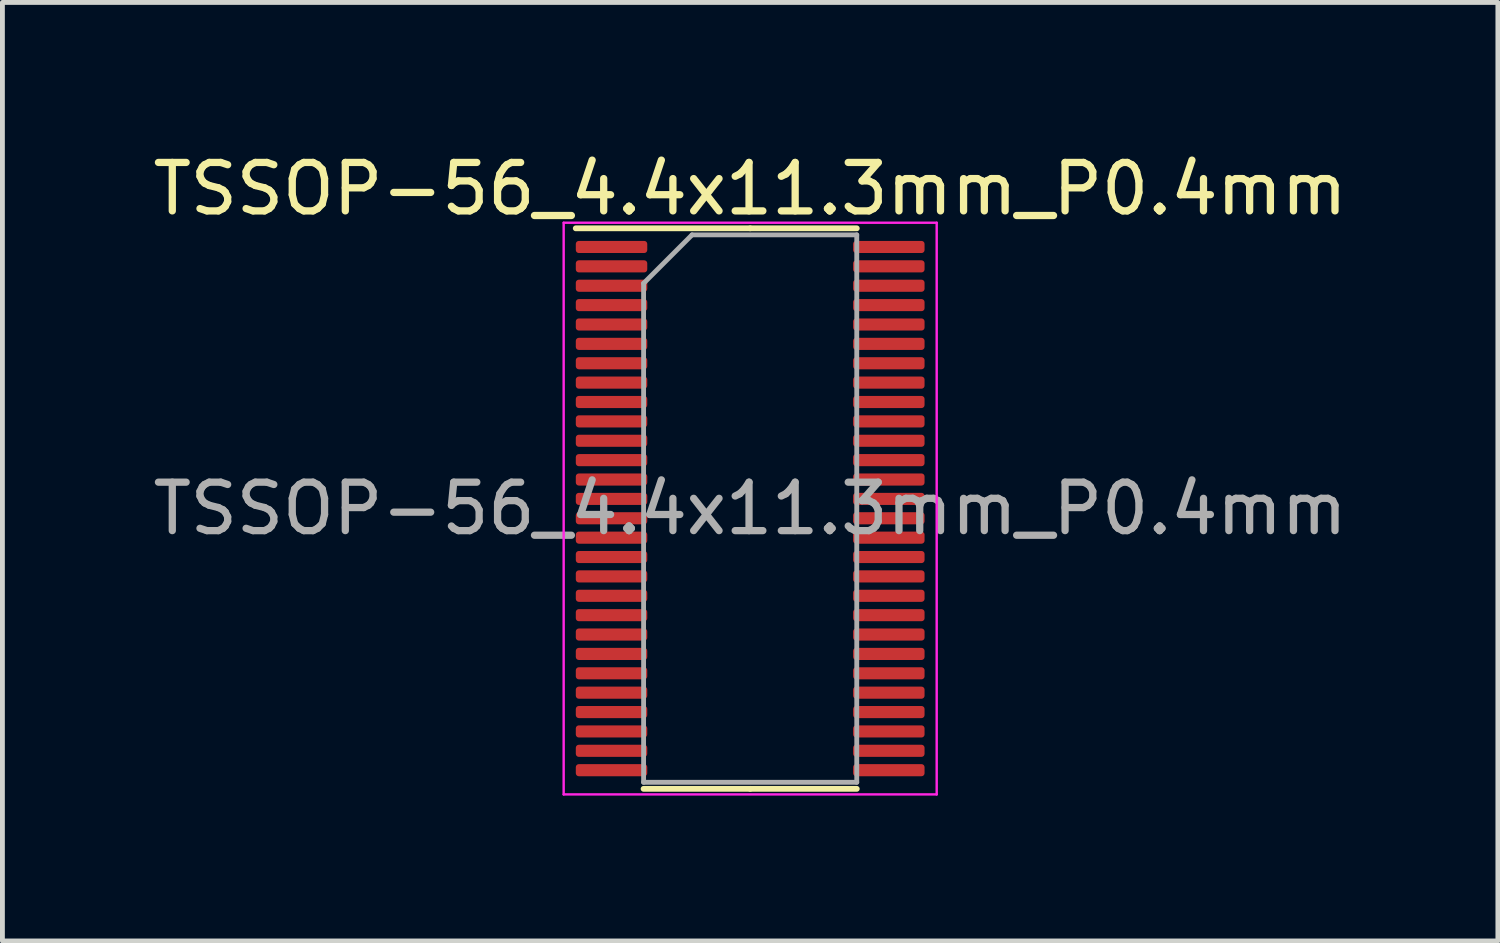
<source format=kicad_pcb>
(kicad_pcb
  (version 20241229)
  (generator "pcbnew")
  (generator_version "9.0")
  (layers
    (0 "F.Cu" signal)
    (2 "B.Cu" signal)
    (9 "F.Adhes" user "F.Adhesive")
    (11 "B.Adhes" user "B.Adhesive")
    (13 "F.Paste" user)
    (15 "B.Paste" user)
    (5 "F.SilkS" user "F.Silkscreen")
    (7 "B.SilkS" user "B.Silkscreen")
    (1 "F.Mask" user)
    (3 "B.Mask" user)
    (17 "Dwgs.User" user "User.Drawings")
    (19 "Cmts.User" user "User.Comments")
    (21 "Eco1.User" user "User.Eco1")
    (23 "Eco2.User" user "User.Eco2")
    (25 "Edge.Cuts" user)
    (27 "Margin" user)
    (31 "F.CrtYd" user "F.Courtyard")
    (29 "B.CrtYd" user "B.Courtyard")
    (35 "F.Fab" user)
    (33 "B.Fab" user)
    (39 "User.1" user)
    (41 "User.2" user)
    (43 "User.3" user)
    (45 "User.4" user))
  (footprint "TSSOP-56_4.4x11.3mm_P0.4mm"
    (layer "F.Cu")
    (at 12.435 7.448)
    (property "Reference" "TSSOP-56_4.4x11.3mm_P0.4mm" (at 0 -6.6 0) (layer "F.SilkS") (effects (font (size 1 1) (thickness 0.15))))
    (attr smd)
    (fp_line (start 0 -5.785) (end -3.6 -5.785) (stroke (width 0.12) (type solid)) (layer "F.SilkS"))
    (fp_line (start 0 -5.785) (end 2.2 -5.785) (stroke (width 0.12) (type solid)) (layer "F.SilkS"))
    (fp_line (start 0 5.785) (end -2.2 5.785) (stroke (width 0.12) (type solid)) (layer "F.SilkS"))
    (fp_line (start 0 5.785) (end 2.2 5.785) (stroke (width 0.12) (type solid)) (layer "F.SilkS"))
    (fp_line (start -3.85 -5.9) (end -3.85 5.9) (stroke (width 0.05) (type solid)) (layer "F.CrtYd"))
    (fp_line (start -3.85 5.9) (end 3.85 5.9) (stroke (width 0.05) (type solid)) (layer "F.CrtYd"))
    (fp_line (start 3.85 -5.9) (end -3.85 -5.9) (stroke (width 0.05) (type solid)) (layer "F.CrtYd"))
    (fp_line (start 3.85 5.9) (end 3.85 -5.9) (stroke (width 0.05) (type solid)) (layer "F.CrtYd"))
    (fp_line (start -2.2 -4.65) (end -1.2 -5.65) (stroke (width 0.1) (type solid)) (layer "F.Fab"))
    (fp_line (start -2.2 5.65) (end -2.2 -4.65) (stroke (width 0.1) (type solid)) (layer "F.Fab"))
    (fp_line (start -1.2 -5.65) (end 2.2 -5.65) (stroke (width 0.1) (type solid)) (layer "F.Fab"))
    (fp_line (start 2.2 -5.65) (end 2.2 5.65) (stroke (width 0.1) (type solid)) (layer "F.Fab"))
    (fp_line (start 2.2 5.65) (end -2.2 5.65) (stroke (width 0.1) (type solid)) (layer "F.Fab"))
    (fp_text user "${REFERENCE}" (at 0 0 0) (layer "F.Fab") (effects (font (size 1 1) (thickness 0.15))))
    (pad "1" smd roundrect (at -2.862 -5.4) (size 1.475 0.25) (layers "F.Cu" "F.Mask" "F.Paste") (roundrect_rratio 0.25))
    (pad "2" smd roundrect (at -2.862 -5) (size 1.475 0.25) (layers "F.Cu" "F.Mask" "F.Paste") (roundrect_rratio 0.25))
    (pad "3" smd roundrect (at -2.862 -4.6) (size 1.475 0.25) (layers "F.Cu" "F.Mask" "F.Paste") (roundrect_rratio 0.25))
    (pad "4" smd roundrect (at -2.862 -4.2) (size 1.475 0.25) (layers "F.Cu" "F.Mask" "F.Paste") (roundrect_rratio 0.25))
    (pad "5" smd roundrect (at -2.862 -3.8) (size 1.475 0.25) (layers "F.Cu" "F.Mask" "F.Paste") (roundrect_rratio 0.25))
    (pad "6" smd roundrect (at -2.862 -3.4) (size 1.475 0.25) (layers "F.Cu" "F.Mask" "F.Paste") (roundrect_rratio 0.25))
    (pad "7" smd roundrect (at -2.862 -3) (size 1.475 0.25) (layers "F.Cu" "F.Mask" "F.Paste") (roundrect_rratio 0.25))
    (pad "8" smd roundrect (at -2.862 -2.6) (size 1.475 0.25) (layers "F.Cu" "F.Mask" "F.Paste") (roundrect_rratio 0.25))
    (pad "9" smd roundrect (at -2.862 -2.2) (size 1.475 0.25) (layers "F.Cu" "F.Mask" "F.Paste") (roundrect_rratio 0.25))
    (pad "10" smd roundrect (at -2.862 -1.8) (size 1.475 0.25) (layers "F.Cu" "F.Mask" "F.Paste") (roundrect_rratio 0.25))
    (pad "11" smd roundrect (at -2.862 -1.4) (size 1.475 0.25) (layers "F.Cu" "F.Mask" "F.Paste") (roundrect_rratio 0.25))
    (pad "12" smd roundrect (at -2.862 -1) (size 1.475 0.25) (layers "F.Cu" "F.Mask" "F.Paste") (roundrect_rratio 0.25))
    (pad "13" smd roundrect (at -2.862 -0.6) (size 1.475 0.25) (layers "F.Cu" "F.Mask" "F.Paste") (roundrect_rratio 0.25))
    (pad "14" smd roundrect (at -2.862 -0.2) (size 1.475 0.25) (layers "F.Cu" "F.Mask" "F.Paste") (roundrect_rratio 0.25))
    (pad "15" smd roundrect (at -2.862 0.2) (size 1.475 0.25) (layers "F.Cu" "F.Mask" "F.Paste") (roundrect_rratio 0.25))
    (pad "16" smd roundrect (at -2.862 0.6) (size 1.475 0.25) (layers "F.Cu" "F.Mask" "F.Paste") (roundrect_rratio 0.25))
    (pad "17" smd roundrect (at -2.862 1) (size 1.475 0.25) (layers "F.Cu" "F.Mask" "F.Paste") (roundrect_rratio 0.25))
    (pad "18" smd roundrect (at -2.862 1.4) (size 1.475 0.25) (layers "F.Cu" "F.Mask" "F.Paste") (roundrect_rratio 0.25))
    (pad "19" smd roundrect (at -2.862 1.8) (size 1.475 0.25) (layers "F.Cu" "F.Mask" "F.Paste") (roundrect_rratio 0.25))
    (pad "20" smd roundrect (at -2.862 2.2) (size 1.475 0.25) (layers "F.Cu" "F.Mask" "F.Paste") (roundrect_rratio 0.25))
    (pad "21" smd roundrect (at -2.862 2.6) (size 1.475 0.25) (layers "F.Cu" "F.Mask" "F.Paste") (roundrect_rratio 0.25))
    (pad "22" smd roundrect (at -2.862 3) (size 1.475 0.25) (layers "F.Cu" "F.Mask" "F.Paste") (roundrect_rratio 0.25))
    (pad "23" smd roundrect (at -2.862 3.4) (size 1.475 0.25) (layers "F.Cu" "F.Mask" "F.Paste") (roundrect_rratio 0.25))
    (pad "24" smd roundrect (at -2.862 3.8) (size 1.475 0.25) (layers "F.Cu" "F.Mask" "F.Paste") (roundrect_rratio 0.25))
    (pad "25" smd roundrect (at -2.862 4.2) (size 1.475 0.25) (layers "F.Cu" "F.Mask" "F.Paste") (roundrect_rratio 0.25))
    (pad "26" smd roundrect (at -2.862 4.6) (size 1.475 0.25) (layers "F.Cu" "F.Mask" "F.Paste") (roundrect_rratio 0.25))
    (pad "27" smd roundrect (at -2.862 5) (size 1.475 0.25) (layers "F.Cu" "F.Mask" "F.Paste") (roundrect_rratio 0.25))
    (pad "28" smd roundrect (at -2.862 5.4) (size 1.475 0.25) (layers "F.Cu" "F.Mask" "F.Paste") (roundrect_rratio 0.25))
    (pad "29" smd roundrect (at 2.862 5.4) (size 1.475 0.25) (layers "F.Cu" "F.Mask" "F.Paste") (roundrect_rratio 0.25))
    (pad "30" smd roundrect (at 2.862 5) (size 1.475 0.25) (layers "F.Cu" "F.Mask" "F.Paste") (roundrect_rratio 0.25))
    (pad "31" smd roundrect (at 2.862 4.6) (size 1.475 0.25) (layers "F.Cu" "F.Mask" "F.Paste") (roundrect_rratio 0.25))
    (pad "32" smd roundrect (at 2.862 4.2) (size 1.475 0.25) (layers "F.Cu" "F.Mask" "F.Paste") (roundrect_rratio 0.25))
    (pad "33" smd roundrect (at 2.862 3.8) (size 1.475 0.25) (layers "F.Cu" "F.Mask" "F.Paste") (roundrect_rratio 0.25))
    (pad "34" smd roundrect (at 2.862 3.4) (size 1.475 0.25) (layers "F.Cu" "F.Mask" "F.Paste") (roundrect_rratio 0.25))
    (pad "35" smd roundrect (at 2.862 3) (size 1.475 0.25) (layers "F.Cu" "F.Mask" "F.Paste") (roundrect_rratio 0.25))
    (pad "36" smd roundrect (at 2.862 2.6) (size 1.475 0.25) (layers "F.Cu" "F.Mask" "F.Paste") (roundrect_rratio 0.25))
    (pad "37" smd roundrect (at 2.862 2.2) (size 1.475 0.25) (layers "F.Cu" "F.Mask" "F.Paste") (roundrect_rratio 0.25))
    (pad "38" smd roundrect (at 2.862 1.8) (size 1.475 0.25) (layers "F.Cu" "F.Mask" "F.Paste") (roundrect_rratio 0.25))
    (pad "39" smd roundrect (at 2.862 1.4) (size 1.475 0.25) (layers "F.Cu" "F.Mask" "F.Paste") (roundrect_rratio 0.25))
    (pad "40" smd roundrect (at 2.862 1) (size 1.475 0.25) (layers "F.Cu" "F.Mask" "F.Paste") (roundrect_rratio 0.25))
    (pad "41" smd roundrect (at 2.862 0.6) (size 1.475 0.25) (layers "F.Cu" "F.Mask" "F.Paste") (roundrect_rratio 0.25))
    (pad "42" smd roundrect (at 2.862 0.2) (size 1.475 0.25) (layers "F.Cu" "F.Mask" "F.Paste") (roundrect_rratio 0.25))
    (pad "43" smd roundrect (at 2.862 -0.2) (size 1.475 0.25) (layers "F.Cu" "F.Mask" "F.Paste") (roundrect_rratio 0.25))
    (pad "44" smd roundrect (at 2.862 -0.6) (size 1.475 0.25) (layers "F.Cu" "F.Mask" "F.Paste") (roundrect_rratio 0.25))
    (pad "45" smd roundrect (at 2.862 -1) (size 1.475 0.25) (layers "F.Cu" "F.Mask" "F.Paste") (roundrect_rratio 0.25))
    (pad "46" smd roundrect (at 2.862 -1.4) (size 1.475 0.25) (layers "F.Cu" "F.Mask" "F.Paste") (roundrect_rratio 0.25))
    (pad "47" smd roundrect (at 2.862 -1.8) (size 1.475 0.25) (layers "F.Cu" "F.Mask" "F.Paste") (roundrect_rratio 0.25))
    (pad "48" smd roundrect (at 2.862 -2.2) (size 1.475 0.25) (layers "F.Cu" "F.Mask" "F.Paste") (roundrect_rratio 0.25))
    (pad "49" smd roundrect (at 2.862 -2.6) (size 1.475 0.25) (layers "F.Cu" "F.Mask" "F.Paste") (roundrect_rratio 0.25))
    (pad "50" smd roundrect (at 2.862 -3) (size 1.475 0.25) (layers "F.Cu" "F.Mask" "F.Paste") (roundrect_rratio 0.25))
    (pad "51" smd roundrect (at 2.862 -3.4) (size 1.475 0.25) (layers "F.Cu" "F.Mask" "F.Paste") (roundrect_rratio 0.25))
    (pad "52" smd roundrect (at 2.862 -3.8) (size 1.475 0.25) (layers "F.Cu" "F.Mask" "F.Paste") (roundrect_rratio 0.25))
    (pad "53" smd roundrect (at 2.862 -4.2) (size 1.475 0.25) (layers "F.Cu" "F.Mask" "F.Paste") (roundrect_rratio 0.25))
    (pad "54" smd roundrect (at 2.862 -4.6) (size 1.475 0.25) (layers "F.Cu" "F.Mask" "F.Paste") (roundrect_rratio 0.25))
    (pad "55" smd roundrect (at 2.862 -5) (size 1.475 0.25) (layers "F.Cu" "F.Mask" "F.Paste") (roundrect_rratio 0.25))
    (pad "56" smd roundrect (at 2.862 -5.4) (size 1.475 0.25) (layers "F.Cu" "F.Mask" "F.Paste") (roundrect_rratio 0.25)))
  (gr_rect
    (start -3 -3)
    (end 27.869 16.373)
    (stroke (width 0.1) (type default))
    (fill no)
    (layer "Edge.Cuts")))
</source>
